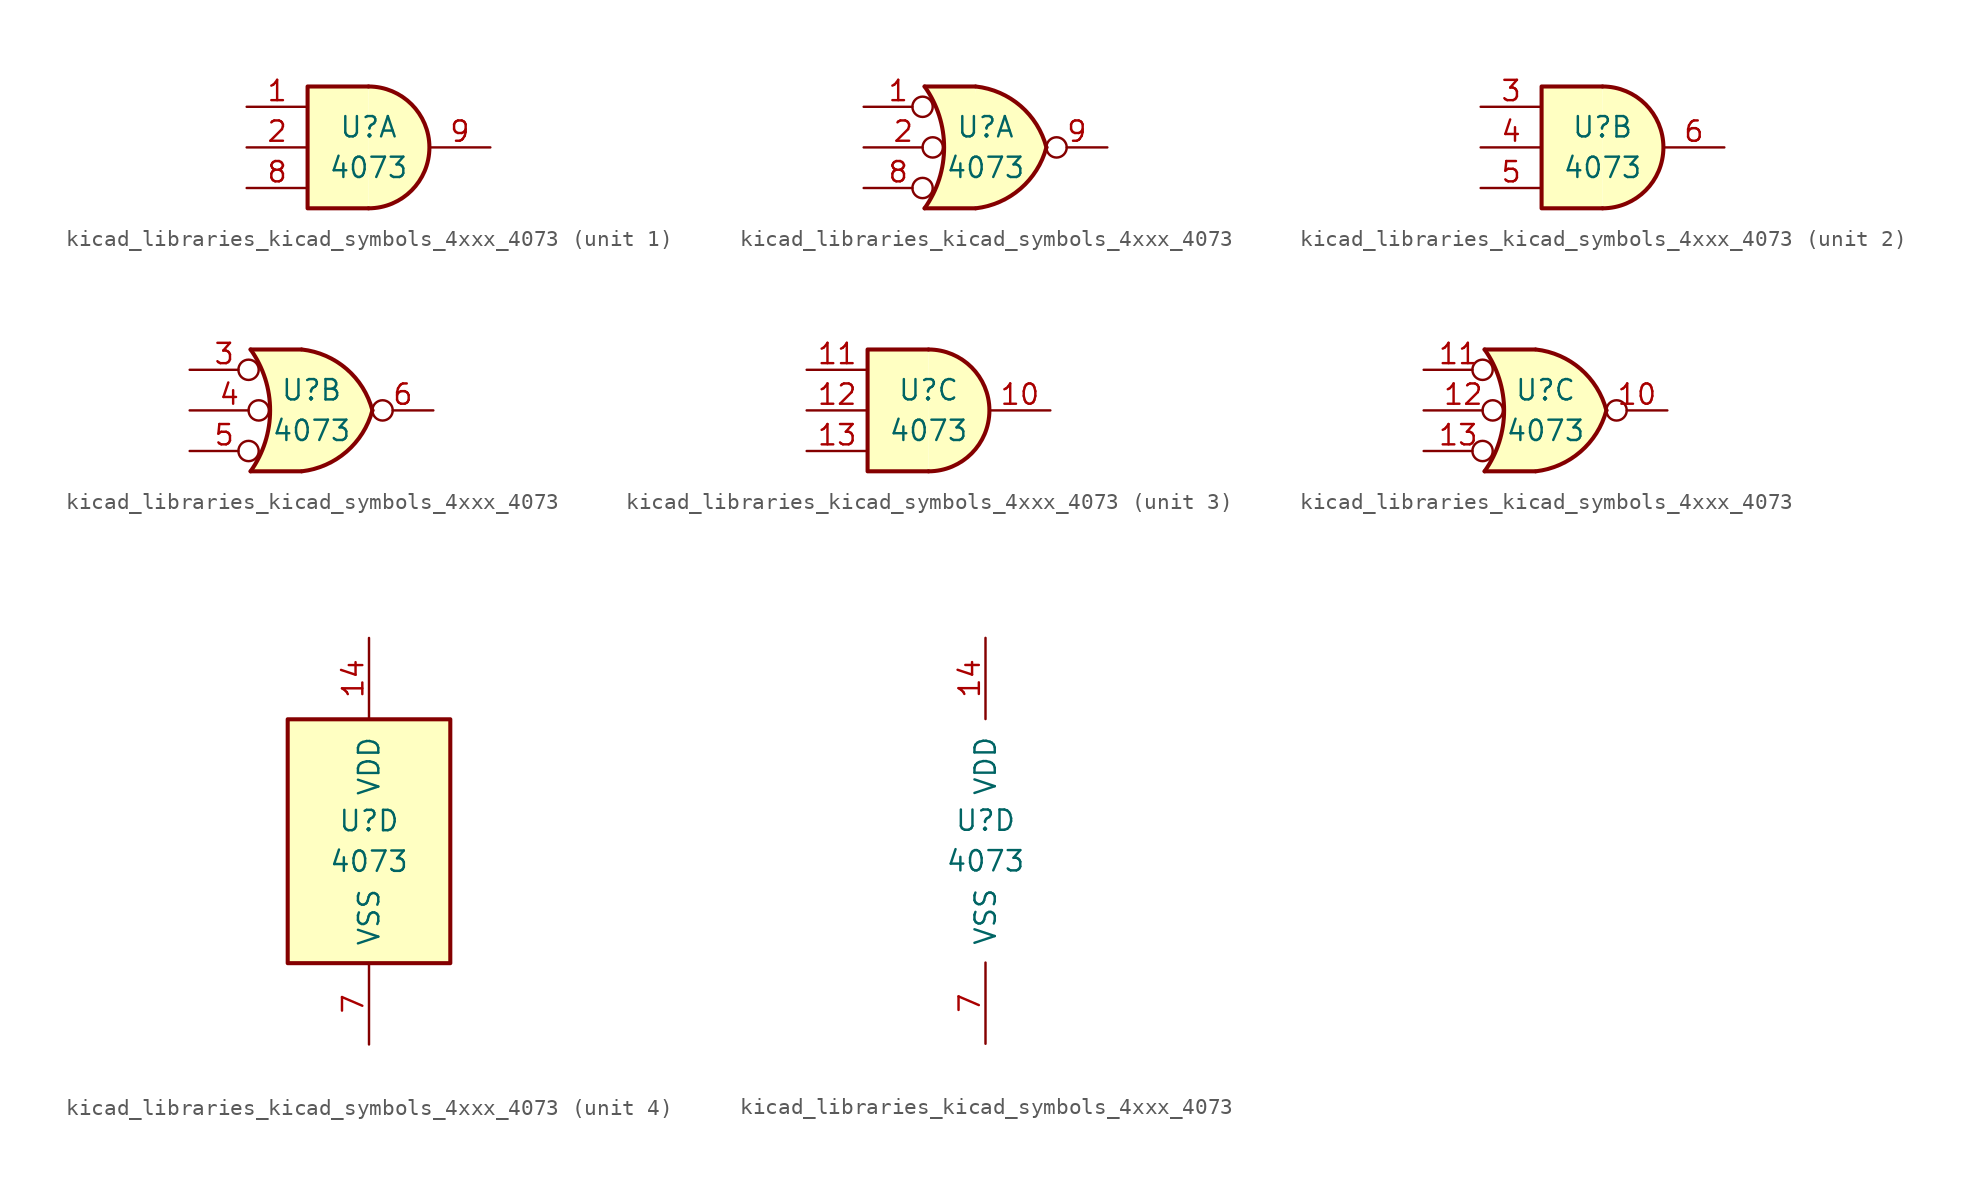
<source format=kicad_sym>
(kicad_symbol_lib
  (version 20220914)
  (generator kicad_symbol_editor)
  (symbol "kicad_libraries_kicad_symbols_4xxx_4073"
    (pin_names
      (offset 1.016))
    (property "Reference" "U"
      (at 0 1.27 0)
      (effects (font (size 1.27 1.27))))
    (property "Value" "4073"
      (at 0 -1.27 0)
      (effects (font (size 1.27 1.27))))
    (property "ki_locked" ""
      (at 0 0 0)
      (effects (font (size 1.27 1.27))))
    (symbol "kicad_libraries_kicad_symbols_4xxx_4073_1_1"
      (arc (start 0 -3.81) (mid 3.7934 0) (end 0 3.81) (stroke (width 0.254) (type default)) (fill (type background)))
      (polyline (pts (xy 0 3.81) (xy -3.81 3.81) (xy -3.81 -3.81) (xy 0 -3.81)) (stroke (width 0.254) (type default)) (fill (type background)))
      (pin input line (at -7.62 2.54 0) (length 3.81) (name "~" (effects (font (size 1.27 1.27)))) (number "1" (effects (font (size 1.27 1.27)))))
      (pin input line (at -7.62 0 0) (length 3.81) (name "~" (effects (font (size 1.27 1.27)))) (number "2" (effects (font (size 1.27 1.27)))))
      (pin input line (at -7.62 -2.54 0) (length 3.81) (name "~" (effects (font (size 1.27 1.27)))) (number "8" (effects (font (size 1.27 1.27)))))
      (pin output line (at 7.62 0 180) (length 3.81) (name "~" (effects (font (size 1.27 1.27)))) (number "9" (effects (font (size 1.27 1.27))))))
    (symbol "kicad_libraries_kicad_symbols_4xxx_4073_1_2"
      (arc (start -3.81 -3.81) (mid -2.589 0) (end -3.81 3.81) (stroke (width 0.254) (type default)) (fill (type none)))
      (arc (start -0.6096 -3.81) (mid 2.1842 -2.5851) (end 3.81 0) (stroke (width 0.254) (type default)) (fill (type background)))
      (polyline (pts (xy -3.81 -3.81) (xy -0.635 -3.81)) (stroke (width 0.254) (type default)) (fill (type background)))
      (polyline (pts (xy -3.81 3.81) (xy -0.635 3.81)) (stroke (width 0.254) (type default)) (fill (type background)))
      (polyline (pts (xy -0.635 3.81) (xy -3.81 3.81) (xy -3.81 3.81) (xy -3.556 3.404) (xy -3.023 2.261) (xy -2.692 1.041) (xy -2.616 -0.254) (xy -2.769 -1.499) (xy -3.175 -2.718) (xy -3.81 -3.81) (xy -3.81 -3.81) (xy -0.635 -3.81)) (stroke (width -25.4) (type default)) (fill (type background)))
      (arc (start 3.81 0) (mid 2.1915 2.5936) (end -0.6096 3.81) (stroke (width 0.254) (type default)) (fill (type background)))
      (pin input inverted (at -7.62 2.54 0) (length 4.318) (name "~" (effects (font (size 1.27 1.27)))) (number "1" (effects (font (size 1.27 1.27)))))
      (pin input inverted (at -7.62 0 0) (length 4.953) (name "~" (effects (font (size 1.27 1.27)))) (number "2" (effects (font (size 1.27 1.27)))))
      (pin input inverted (at -7.62 -2.54 0) (length 4.318) (name "~" (effects (font (size 1.27 1.27)))) (number "8" (effects (font (size 1.27 1.27)))))
      (pin output inverted (at 7.62 0 180) (length 3.81) (name "~" (effects (font (size 1.27 1.27)))) (number "9" (effects (font (size 1.27 1.27))))))
    (symbol "kicad_libraries_kicad_symbols_4xxx_4073_2_1"
      (arc (start 0 -3.81) (mid 3.7934 0) (end 0 3.81) (stroke (width 0.254) (type default)) (fill (type background)))
      (polyline (pts (xy 0 3.81) (xy -3.81 3.81) (xy -3.81 -3.81) (xy 0 -3.81)) (stroke (width 0.254) (type default)) (fill (type background)))
      (pin input line (at -7.62 2.54 0) (length 3.81) (name "~" (effects (font (size 1.27 1.27)))) (number "3" (effects (font (size 1.27 1.27)))))
      (pin input line (at -7.62 0 0) (length 3.81) (name "~" (effects (font (size 1.27 1.27)))) (number "4" (effects (font (size 1.27 1.27)))))
      (pin input line (at -7.62 -2.54 0) (length 3.81) (name "~" (effects (font (size 1.27 1.27)))) (number "5" (effects (font (size 1.27 1.27)))))
      (pin output line (at 7.62 0 180) (length 3.81) (name "~" (effects (font (size 1.27 1.27)))) (number "6" (effects (font (size 1.27 1.27))))))
    (symbol "kicad_libraries_kicad_symbols_4xxx_4073_2_2"
      (arc (start -3.81 -3.81) (mid -2.589 0) (end -3.81 3.81) (stroke (width 0.254) (type default)) (fill (type none)))
      (arc (start -0.6096 -3.81) (mid 2.1842 -2.5851) (end 3.81 0) (stroke (width 0.254) (type default)) (fill (type background)))
      (polyline (pts (xy -3.81 -3.81) (xy -0.635 -3.81)) (stroke (width 0.254) (type default)) (fill (type background)))
      (polyline (pts (xy -3.81 3.81) (xy -0.635 3.81)) (stroke (width 0.254) (type default)) (fill (type background)))
      (polyline (pts (xy -0.635 3.81) (xy -3.81 3.81) (xy -3.81 3.81) (xy -3.556 3.404) (xy -3.023 2.261) (xy -2.692 1.041) (xy -2.616 -0.254) (xy -2.769 -1.499) (xy -3.175 -2.718) (xy -3.81 -3.81) (xy -3.81 -3.81) (xy -0.635 -3.81)) (stroke (width -25.4) (type default)) (fill (type background)))
      (arc (start 3.81 0) (mid 2.1915 2.5936) (end -0.6096 3.81) (stroke (width 0.254) (type default)) (fill (type background)))
      (pin input inverted (at -7.62 2.54 0) (length 4.318) (name "~" (effects (font (size 1.27 1.27)))) (number "3" (effects (font (size 1.27 1.27)))))
      (pin input inverted (at -7.62 0 0) (length 4.953) (name "~" (effects (font (size 1.27 1.27)))) (number "4" (effects (font (size 1.27 1.27)))))
      (pin input inverted (at -7.62 -2.54 0) (length 4.318) (name "~" (effects (font (size 1.27 1.27)))) (number "5" (effects (font (size 1.27 1.27)))))
      (pin output inverted (at 7.62 0 180) (length 3.81) (name "~" (effects (font (size 1.27 1.27)))) (number "6" (effects (font (size 1.27 1.27))))))
    (symbol "kicad_libraries_kicad_symbols_4xxx_4073_3_1"
      (arc (start 0 -3.81) (mid 3.7934 0) (end 0 3.81) (stroke (width 0.254) (type default)) (fill (type background)))
      (polyline (pts (xy 0 3.81) (xy -3.81 3.81) (xy -3.81 -3.81) (xy 0 -3.81)) (stroke (width 0.254) (type default)) (fill (type background)))
      (pin output line (at 7.62 0 180) (length 3.81) (name "~" (effects (font (size 1.27 1.27)))) (number "10" (effects (font (size 1.27 1.27)))))
      (pin input line (at -7.62 2.54 0) (length 3.81) (name "~" (effects (font (size 1.27 1.27)))) (number "11" (effects (font (size 1.27 1.27)))))
      (pin input line (at -7.62 0 0) (length 3.81) (name "~" (effects (font (size 1.27 1.27)))) (number "12" (effects (font (size 1.27 1.27)))))
      (pin input line (at -7.62 -2.54 0) (length 3.81) (name "~" (effects (font (size 1.27 1.27)))) (number "13" (effects (font (size 1.27 1.27))))))
    (symbol "kicad_libraries_kicad_symbols_4xxx_4073_3_2"
      (arc (start -3.81 -3.81) (mid -2.589 0) (end -3.81 3.81) (stroke (width 0.254) (type default)) (fill (type none)))
      (arc (start -0.6096 -3.81) (mid 2.1842 -2.5851) (end 3.81 0) (stroke (width 0.254) (type default)) (fill (type background)))
      (polyline (pts (xy -3.81 -3.81) (xy -0.635 -3.81)) (stroke (width 0.254) (type default)) (fill (type background)))
      (polyline (pts (xy -3.81 3.81) (xy -0.635 3.81)) (stroke (width 0.254) (type default)) (fill (type background)))
      (polyline (pts (xy -0.635 3.81) (xy -3.81 3.81) (xy -3.81 3.81) (xy -3.556 3.404) (xy -3.023 2.261) (xy -2.692 1.041) (xy -2.616 -0.254) (xy -2.769 -1.499) (xy -3.175 -2.718) (xy -3.81 -3.81) (xy -3.81 -3.81) (xy -0.635 -3.81)) (stroke (width -25.4) (type default)) (fill (type background)))
      (arc (start 3.81 0) (mid 2.1915 2.5936) (end -0.6096 3.81) (stroke (width 0.254) (type default)) (fill (type background)))
      (pin output inverted (at 7.62 0 180) (length 3.81) (name "~" (effects (font (size 1.27 1.27)))) (number "10" (effects (font (size 1.27 1.27)))))
      (pin input inverted (at -7.62 2.54 0) (length 4.318) (name "~" (effects (font (size 1.27 1.27)))) (number "11" (effects (font (size 1.27 1.27)))))
      (pin input inverted (at -7.62 0 0) (length 4.953) (name "~" (effects (font (size 1.27 1.27)))) (number "12" (effects (font (size 1.27 1.27)))))
      (pin input inverted (at -7.62 -2.54 0) (length 4.318) (name "~" (effects (font (size 1.27 1.27)))) (number "13" (effects (font (size 1.27 1.27))))))
    (symbol "kicad_libraries_kicad_symbols_4xxx_4073_4_0"
      (pin power_in line (at 0 12.7 270) (length 5.08) (name "VDD" (effects (font (size 1.27 1.27)))) (number "14" (effects (font (size 1.27 1.27)))))
      (pin power_in line (at 0 -12.7 90) (length 5.08) (name "VSS" (effects (font (size 1.27 1.27)))) (number "7" (effects (font (size 1.27 1.27))))))
    (symbol "kicad_libraries_kicad_symbols_4xxx_4073_4_1"
      (rectangle (start -5.08 7.62) (end 5.08 -7.62) (stroke (width 0.254) (type default)) (fill (type background))))))
</source>
